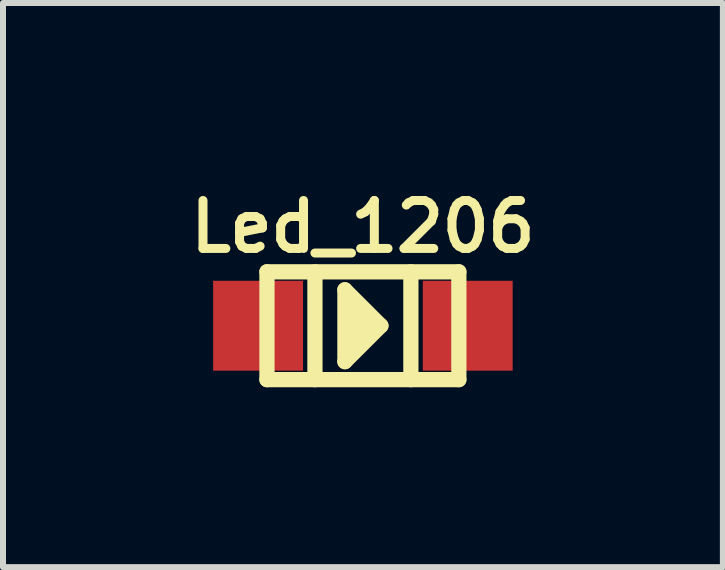
<source format=kicad_pcb>
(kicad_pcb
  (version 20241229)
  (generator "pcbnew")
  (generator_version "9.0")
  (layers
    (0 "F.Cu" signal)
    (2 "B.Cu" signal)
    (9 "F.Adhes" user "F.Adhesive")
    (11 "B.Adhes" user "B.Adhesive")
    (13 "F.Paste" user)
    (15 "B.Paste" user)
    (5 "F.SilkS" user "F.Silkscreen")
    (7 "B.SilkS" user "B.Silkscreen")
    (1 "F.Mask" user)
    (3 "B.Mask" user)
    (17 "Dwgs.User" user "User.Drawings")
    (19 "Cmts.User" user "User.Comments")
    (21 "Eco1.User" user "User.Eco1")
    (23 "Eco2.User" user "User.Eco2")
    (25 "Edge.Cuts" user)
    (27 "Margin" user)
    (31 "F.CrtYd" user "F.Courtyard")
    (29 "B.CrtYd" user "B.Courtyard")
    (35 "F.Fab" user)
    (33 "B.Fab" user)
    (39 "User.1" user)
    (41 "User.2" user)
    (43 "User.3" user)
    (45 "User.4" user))
  (footprint "Led_1206"
    (layer "F.Cu")
    (at 3.002 2.382)
    (property "Reference" "Led_1206" (at 0 -1.651 0) (layer "F.SilkS") (effects (font (size 0.8 0.8) (thickness 0.15))))
    (attr through_hole)
    (fp_line (start -1.6 -0.899) (end 1.6 -0.899) (stroke (width 0.254) (type solid)) (layer "F.SilkS"))
    (fp_line (start -1.6 0.899) (end -1.6 -0.899) (stroke (width 0.254) (type solid)) (layer "F.SilkS"))
    (fp_line (start -0.8 -0.899) (end -0.8 0.899) (stroke (width 0.254) (type solid)) (layer "F.SilkS"))
    (fp_line (start -0.3 -0.599) (end -0.3 0.599) (stroke (width 0.254) (type solid)) (layer "F.SilkS"))
    (fp_line (start -0.3 0.599) (end 0.3 0) (stroke (width 0.254) (type solid)) (layer "F.SilkS"))
    (fp_line (start -0.099 0.3) (end -0.099 -0.3) (stroke (width 0.254) (type solid)) (layer "F.SilkS"))
    (fp_line (start 0 -0.201) (end 0 0.099) (stroke (width 0.254) (type solid)) (layer "F.SilkS"))
    (fp_line (start 0.3 0) (end -0.3 -0.599) (stroke (width 0.254) (type solid)) (layer "F.SilkS"))
    (fp_line (start 0.8 0.899) (end 0.8 -0.899) (stroke (width 0.254) (type solid)) (layer "F.SilkS"))
    (fp_line (start 1.6 -0.899) (end 1.6 0.899) (stroke (width 0.254) (type solid)) (layer "F.SilkS"))
    (fp_line (start 1.6 0.899) (end -1.6 0.899) (stroke (width 0.254) (type solid)) (layer "F.SilkS"))
    (pad "1" smd rect (at -1.748 0) (size 1.499 1.499) (layers "F.Cu" "F.Mask" "F.Paste"))
    (pad "2" smd rect (at 1.748 0) (size 1.499 1.499) (layers "F.Cu" "F.Mask" "F.Paste")))
  (gr_rect
    (start -3 -3)
    (end 9.005 6.408)
    (stroke (width 0.1) (type default))
    (fill no)
    (layer "Edge.Cuts")))
</source>
